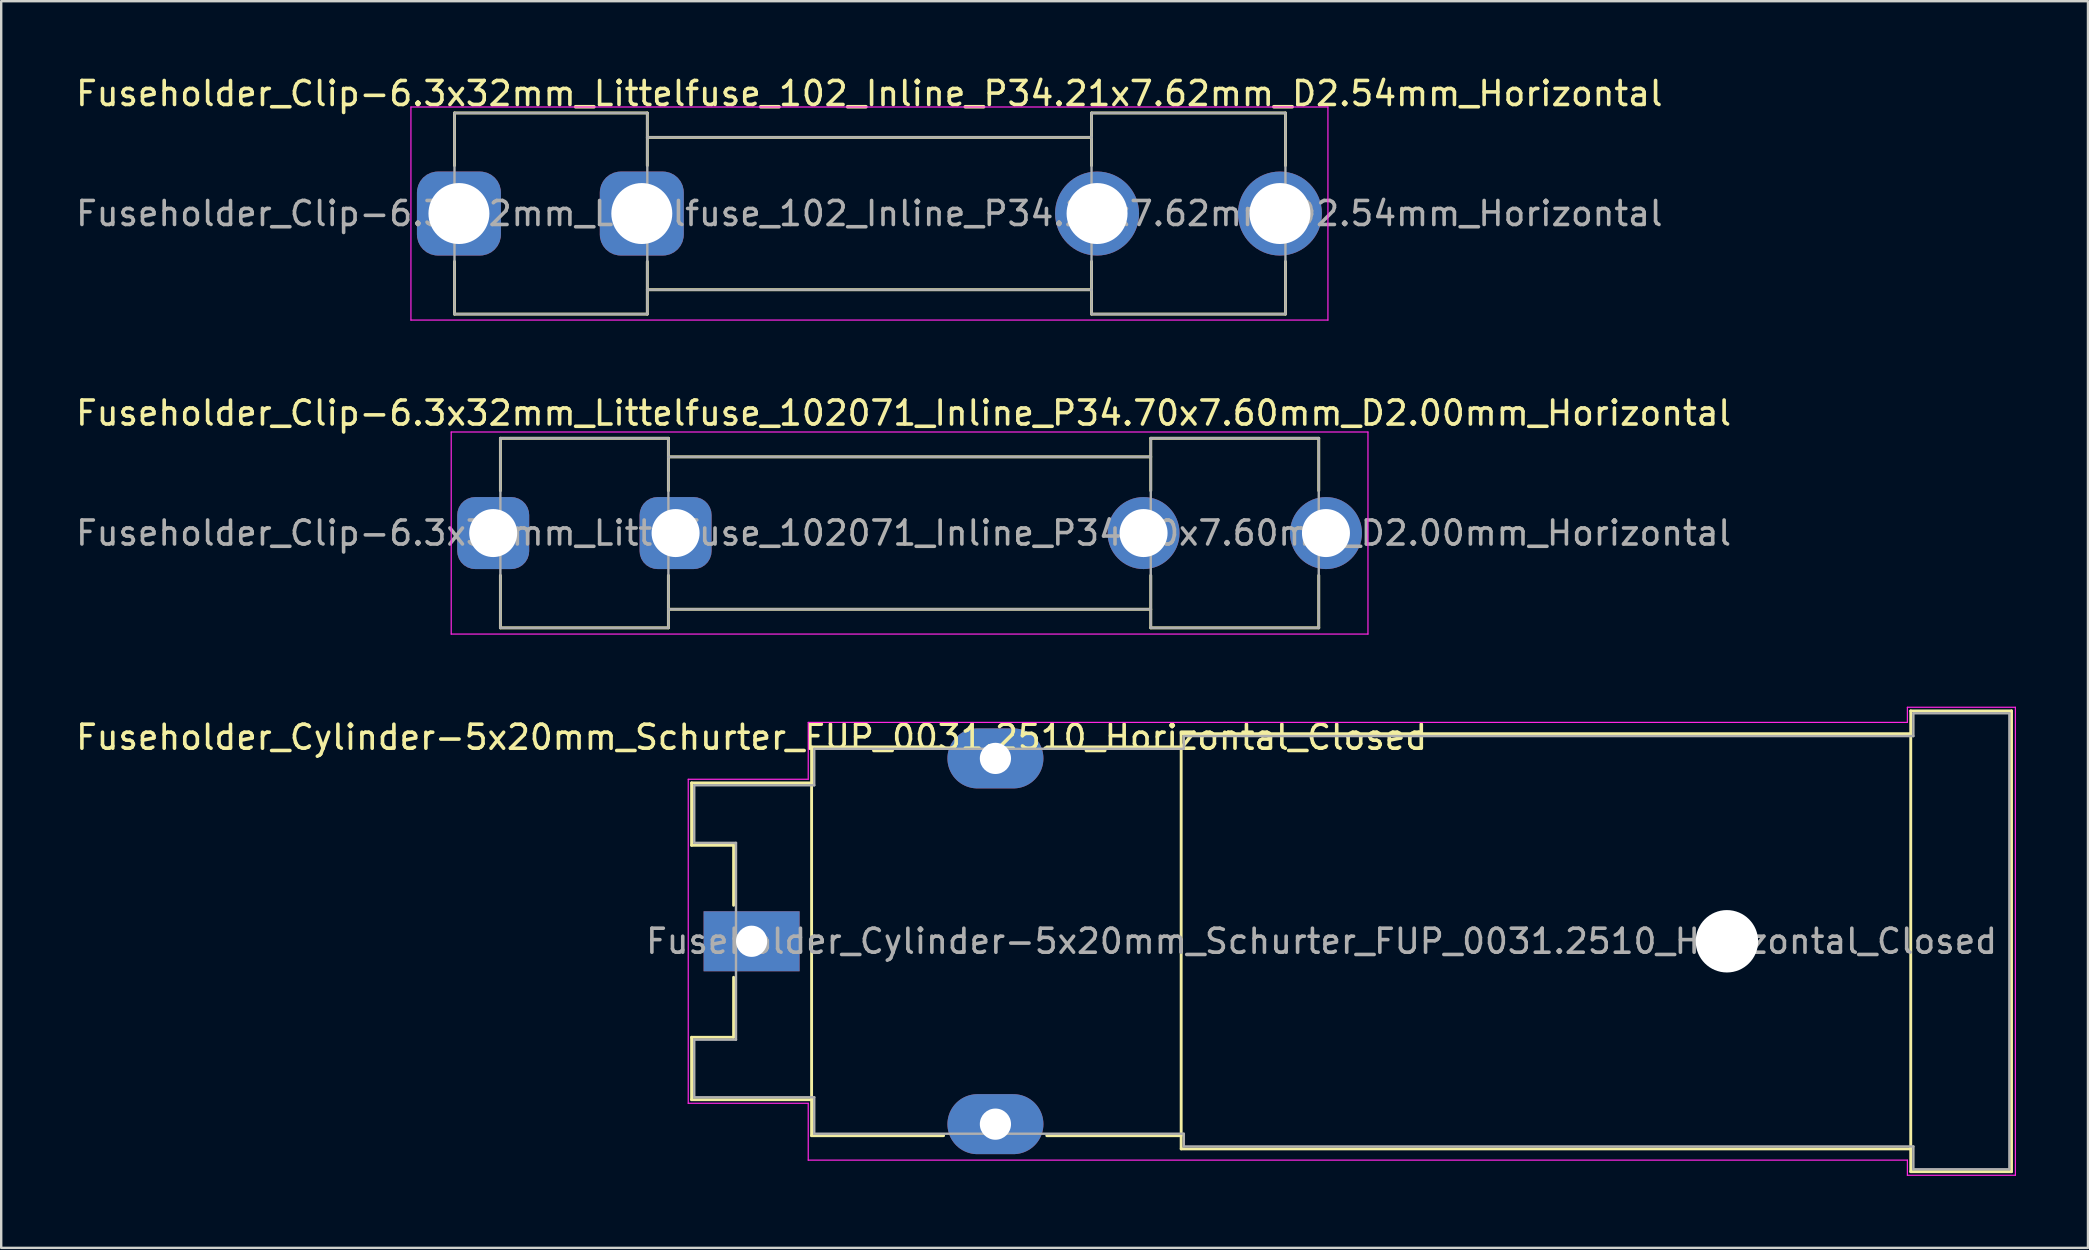
<source format=kicad_pcb>
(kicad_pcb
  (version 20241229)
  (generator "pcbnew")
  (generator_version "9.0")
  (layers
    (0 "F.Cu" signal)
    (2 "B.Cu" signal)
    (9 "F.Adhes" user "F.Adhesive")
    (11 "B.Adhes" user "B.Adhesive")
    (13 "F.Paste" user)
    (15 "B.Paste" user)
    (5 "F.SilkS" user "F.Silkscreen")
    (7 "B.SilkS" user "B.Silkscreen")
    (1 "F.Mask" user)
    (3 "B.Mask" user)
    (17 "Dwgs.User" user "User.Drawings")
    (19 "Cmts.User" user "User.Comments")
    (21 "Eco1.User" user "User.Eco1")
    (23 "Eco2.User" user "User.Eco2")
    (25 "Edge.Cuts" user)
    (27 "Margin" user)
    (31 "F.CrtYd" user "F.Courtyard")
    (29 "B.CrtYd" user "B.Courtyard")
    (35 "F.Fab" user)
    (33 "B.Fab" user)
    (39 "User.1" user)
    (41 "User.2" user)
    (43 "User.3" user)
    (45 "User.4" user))
  (footprint "Fuseholder_Cylinder-5x20mm_Schurter_FUP_0031.2510_Horizontal_Closed"
    (layer "F.Cu")
    (at 28.268 36.172)
    (property "Reference" "Fuseholder_Cylinder-5x20mm_Schurter_FUP_0031.2510_Horizontal_Closed" (at 0 -8.5 0) (layer "F.SilkS") (effects (font (size 1 1) (thickness 0.15))))
    (attr through_hole)
    (fp_line (start -2.5 -6.6) (end 2.5 -6.6) (stroke (width 0.12) (type solid)) (layer "F.SilkS"))
    (fp_line (start -2.5 -4) (end -2.5 -6.6) (stroke (width 0.12) (type solid)) (layer "F.SilkS"))
    (fp_line (start -2.5 4) (end -0.75 4) (stroke (width 0.12) (type solid)) (layer "F.SilkS"))
    (fp_line (start -2.5 6.6) (end -2.5 4) (stroke (width 0.12) (type solid)) (layer "F.SilkS"))
    (fp_line (start -2.5 6.6) (end 2.5 6.6) (stroke (width 0.12) (type solid)) (layer "F.SilkS"))
    (fp_line (start -0.75 -4) (end -2.5 -4) (stroke (width 0.12) (type solid)) (layer "F.SilkS"))
    (fp_line (start -0.75 -1.5) (end -0.75 -4) (stroke (width 0.12) (type solid)) (layer "F.SilkS"))
    (fp_line (start -0.75 4) (end -0.75 1.5) (stroke (width 0.12) (type solid)) (layer "F.SilkS"))
    (fp_line (start 2.5 -8.1) (end 8 -8.1) (stroke (width 0.12) (type solid)) (layer "F.SilkS"))
    (fp_line (start 2.5 8.1) (end 2.5 -8.1) (stroke (width 0.12) (type solid)) (layer "F.SilkS"))
    (fp_line (start 2.5 8.1) (end 8 8.1) (stroke (width 0.12) (type solid)) (layer "F.SilkS"))
    (fp_line (start 12.3 -8.1) (end 17.9 -8.1) (stroke (width 0.12) (type solid)) (layer "F.SilkS"))
    (fp_line (start 12.3 8.1) (end 17.9 8.1) (stroke (width 0.12) (type solid)) (layer "F.SilkS"))
    (fp_line (start 17.9 -8.65) (end 48.3 -8.65) (stroke (width 0.12) (type solid)) (layer "F.SilkS"))
    (fp_line (start 17.9 8.65) (end 17.9 -8.65) (stroke (width 0.12) (type solid)) (layer "F.SilkS"))
    (fp_line (start 17.9 8.65) (end 48.3 8.65) (stroke (width 0.12) (type solid)) (layer "F.SilkS"))
    (fp_line (start 48.3 -9.6) (end 52.5 -9.6) (stroke (width 0.12) (type solid)) (layer "F.SilkS"))
    (fp_line (start 48.3 9.6) (end 48.3 -9.6) (stroke (width 0.12) (type solid)) (layer "F.SilkS"))
    (fp_line (start 48.3 9.6) (end 52.5 9.6) (stroke (width 0.12) (type solid)) (layer "F.SilkS"))
    (fp_line (start 52.5 -9.6) (end 52.5 9.6) (stroke (width 0.12) (type solid)) (layer "F.SilkS"))
    (fp_line (start -2.64 -6.75) (end 2.36 -6.75) (stroke (width 0.05) (type solid)) (layer "F.CrtYd"))
    (fp_line (start -2.64 6.75) (end -2.64 -6.75) (stroke (width 0.05) (type solid)) (layer "F.CrtYd"))
    (fp_line (start -2.64 6.75) (end 2.36 6.75) (stroke (width 0.05) (type solid)) (layer "F.CrtYd"))
    (fp_line (start 2.36 -9.12) (end 2.36 -6.75) (stroke (width 0.05) (type solid)) (layer "F.CrtYd"))
    (fp_line (start 2.36 -9.12) (end 48.16 -9.12) (stroke (width 0.05) (type solid)) (layer "F.CrtYd"))
    (fp_line (start 2.36 6.75) (end 2.36 9.12) (stroke (width 0.05) (type solid)) (layer "F.CrtYd"))
    (fp_line (start 48.16 -9.75) (end 48.16 -9.12) (stroke (width 0.05) (type solid)) (layer "F.CrtYd"))
    (fp_line (start 48.16 -9.75) (end 52.66 -9.75) (stroke (width 0.05) (type solid)) (layer "F.CrtYd"))
    (fp_line (start 48.16 9.12) (end 2.36 9.12) (stroke (width 0.05) (type solid)) (layer "F.CrtYd"))
    (fp_line (start 48.16 9.12) (end 48.16 9.75) (stroke (width 0.05) (type solid)) (layer "F.CrtYd"))
    (fp_line (start 48.16 9.75) (end 52.66 9.75) (stroke (width 0.05) (type solid)) (layer "F.CrtYd"))
    (fp_line (start 52.66 -9.75) (end 52.66 9.75) (stroke (width 0.05) (type solid)) (layer "F.CrtYd"))
    (fp_line (start -2.39 -4.1) (end -2.39 -6.5) (stroke (width 0.1) (type solid)) (layer "F.Fab"))
    (fp_line (start -2.39 -4.1) (end -0.65 -4.1) (stroke (width 0.1) (type solid)) (layer "F.Fab"))
    (fp_line (start -2.39 4.1) (end -2.39 6.5) (stroke (width 0.1) (type solid)) (layer "F.Fab"))
    (fp_line (start -2.39 6.5) (end 2.61 6.5) (stroke (width 0.1) (type solid)) (layer "F.Fab"))
    (fp_line (start -0.65 -4.1) (end -0.65 4.1) (stroke (width 0.1) (type solid)) (layer "F.Fab"))
    (fp_line (start -0.65 4.1) (end -2.39 4.1) (stroke (width 0.1) (type solid)) (layer "F.Fab"))
    (fp_line (start 2.61 -8.02) (end 2.61 -6.5) (stroke (width 0.1) (type solid)) (layer "F.Fab"))
    (fp_line (start 2.61 -6.5) (end -2.39 -6.5) (stroke (width 0.1) (type solid)) (layer "F.Fab"))
    (fp_line (start 2.61 6.5) (end 2.61 8.02) (stroke (width 0.1) (type solid)) (layer "F.Fab"))
    (fp_line (start 2.61 8.02) (end 18.01 8.02) (stroke (width 0.1) (type solid)) (layer "F.Fab"))
    (fp_line (start 18.01 -8.55) (end 18.01 -8.02) (stroke (width 0.1) (type solid)) (layer "F.Fab"))
    (fp_line (start 18.01 -8.02) (end 2.61 -8.02) (stroke (width 0.1) (type solid)) (layer "F.Fab"))
    (fp_line (start 18.01 8.02) (end 18.01 8.55) (stroke (width 0.1) (type solid)) (layer "F.Fab"))
    (fp_line (start 18.01 8.55) (end 48.41 8.55) (stroke (width 0.1) (type solid)) (layer "F.Fab"))
    (fp_line (start 48.41 -9.5) (end 48.41 -8.55) (stroke (width 0.1) (type solid)) (layer "F.Fab"))
    (fp_line (start 48.41 -8.55) (end 18.01 -8.55) (stroke (width 0.1) (type solid)) (layer "F.Fab"))
    (fp_line (start 48.41 8.55) (end 48.41 9.5) (stroke (width 0.1) (type solid)) (layer "F.Fab"))
    (fp_line (start 48.41 9.5) (end 52.41 9.5) (stroke (width 0.1) (type solid)) (layer "F.Fab"))
    (fp_line (start 52.41 -9.5) (end 48.41 -9.5) (stroke (width 0.1) (type solid)) (layer "F.Fab"))
    (fp_line (start 52.41 -9.5) (end 52.41 9.5) (stroke (width 0.1) (type solid)) (layer "F.Fab"))
    (fp_text user "${REFERENCE}" (at 23.75 0 0) (layer "F.Fab") (effects (font (size 1 1) (thickness 0.15))))
    (pad "" np_thru_hole circle (at 40.64 0) (size 2.6 2.6) (drill 2.6) (layers "*.Cu" "*.Mask"))
    (pad "1" thru_hole rect (at 0 0) (size 4 2.5) (drill 1.3) (layers "*.Cu" "*.Mask"))
    (pad "2" thru_hole oval (at 10.16 -7.62) (size 4 2.5) (drill 1.3) (layers "*.Cu" "*.Mask"))
    (pad "2" thru_hole oval (at 10.16 7.62) (size 4 2.5) (drill 1.3) (layers "*.Cu" "*.Mask")))
  (footprint "Fuseholder_Clip-6.3x32mm_Littelfuse_102_Inline_P34.21x7.62mm_D2.54mm_Horizontal"
    (layer "F.Cu")
    (at 16.073 5.848)
    (property "Reference" "Fuseholder_Clip-6.3x32mm_Littelfuse_102_Inline_P34.21x7.62mm_D2.54mm_Horizontal" (at 17.1 -5 0) (layer "F.SilkS") (effects (font (size 1 1) (thickness 0.15))))
    (attr through_hole)
    (fp_line (start -0.185 -4.19) (end -0.185 -2) (stroke (width 0.12) (type solid)) (layer "F.SilkS"))
    (fp_line (start -0.185 4.19) (end -0.185 2) (stroke (width 0.12) (type solid)) (layer "F.SilkS"))
    (fp_line (start 7.85 -4.19) (end -0.185 -4.19) (stroke (width 0.12) (type solid)) (layer "F.SilkS"))
    (fp_line (start 7.85 -4.19) (end 7.85 -2) (stroke (width 0.12) (type solid)) (layer "F.SilkS"))
    (fp_line (start 7.85 4.19) (end -0.185 4.19) (stroke (width 0.12) (type solid)) (layer "F.SilkS"))
    (fp_line (start 7.85 4.19) (end 7.85 2) (stroke (width 0.12) (type solid)) (layer "F.SilkS"))
    (fp_line (start 26.36 -4.19) (end 26.36 -2) (stroke (width 0.12) (type solid)) (layer "F.SilkS"))
    (fp_line (start 26.36 -3.175) (end 7.85 -3.175) (stroke (width 0.12) (type solid)) (layer "F.SilkS"))
    (fp_line (start 26.36 3.175) (end 7.85 3.175) (stroke (width 0.12) (type solid)) (layer "F.SilkS"))
    (fp_line (start 26.36 4.19) (end 26.36 2) (stroke (width 0.12) (type solid)) (layer "F.SilkS"))
    (fp_line (start 26.36 4.19) (end 34.44 4.19) (stroke (width 0.12) (type solid)) (layer "F.SilkS"))
    (fp_line (start 34.44 -4.19) (end 26.36 -4.19) (stroke (width 0.12) (type solid)) (layer "F.SilkS"))
    (fp_line (start 34.44 -2) (end 34.44 -4.19) (stroke (width 0.12) (type solid)) (layer "F.SilkS"))
    (fp_line (start 34.44 2) (end 34.44 4.19) (stroke (width 0.12) (type solid)) (layer "F.SilkS"))
    (fp_line (start -2 -4.44) (end -2 4.44) (stroke (width 0.05) (type solid)) (layer "F.CrtYd"))
    (fp_line (start -2 -4.44) (end 36.21 -4.44) (stroke (width 0.05) (type solid)) (layer "F.CrtYd"))
    (fp_line (start 36.21 4.44) (end -2 4.44) (stroke (width 0.05) (type solid)) (layer "F.CrtYd"))
    (fp_line (start 36.21 4.44) (end 36.21 -4.44) (stroke (width 0.05) (type solid)) (layer "F.CrtYd"))
    (fp_line (start -0.185 -4.19) (end 7.85 -4.19) (stroke (width 0.1) (type solid)) (layer "F.Fab"))
    (fp_line (start -0.185 4.19) (end -0.185 -4.19) (stroke (width 0.1) (type solid)) (layer "F.Fab"))
    (fp_line (start 7.85 -4.19) (end 7.85 4.19) (stroke (width 0.1) (type solid)) (layer "F.Fab"))
    (fp_line (start 7.85 -3.175) (end 26.36 -3.175) (stroke (width 0.1) (type solid)) (layer "F.Fab"))
    (fp_line (start 7.85 4.19) (end -0.185 4.19) (stroke (width 0.1) (type solid)) (layer "F.Fab"))
    (fp_line (start 26.36 -4.19) (end 26.36 4.19) (stroke (width 0.1) (type solid)) (layer "F.Fab"))
    (fp_line (start 26.36 3.175) (end 7.85 3.175) (stroke (width 0.1) (type solid)) (layer "F.Fab"))
    (fp_line (start 26.36 4.19) (end 34.44 4.19) (stroke (width 0.1) (type solid)) (layer "F.Fab"))
    (fp_line (start 34.44 -4.19) (end 26.36 -4.19) (stroke (width 0.1) (type solid)) (layer "F.Fab"))
    (fp_line (start 34.44 4.19) (end 34.44 -4.19) (stroke (width 0.1) (type solid)) (layer "F.Fab"))
    (fp_text user "${REFERENCE}" (at 17.1 0 0) (layer "F.Fab") (effects (font (size 1 1) (thickness 0.15))))
    (pad "1" thru_hole roundrect (at 0 0) (size 3.5 3.5) (drill 2.54) (layers "*.Cu" "*.Mask") (roundrect_rratio 0.25))
    (pad "1" thru_hole roundrect (at 7.62 0) (size 3.5 3.5) (drill 2.54) (layers "*.Cu" "*.Mask") (roundrect_rratio 0.25))
    (pad "2" thru_hole circle (at 26.59 0) (size 3.5 3.5) (drill 2.54) (layers "*.Cu" "*.Mask"))
    (pad "2" thru_hole circle (at 34.21 0) (size 3.5 3.5) (drill 2.54) (layers "*.Cu" "*.Mask")))
  (footprint "Fuseholder_Clip-6.3x32mm_Littelfuse_102071_Inline_P34.70x7.60mm_D2.00mm_Horizontal"
    (layer "F.Cu")
    (at 17.501 19.162)
    (property "Reference" "Fuseholder_Clip-6.3x32mm_Littelfuse_102071_Inline_P34.70x7.60mm_D2.00mm_Horizontal" (at 17.1 -5 0) (layer "F.SilkS") (effects (font (size 1 1) (thickness 0.15))))
    (attr through_hole)
    (fp_line (start 0.3 -3.95) (end 0.3 -1.765) (stroke (width 0.12) (type solid)) (layer "F.SilkS"))
    (fp_line (start 0.3 3.95) (end 0.3 1.765) (stroke (width 0.12) (type solid)) (layer "F.SilkS"))
    (fp_line (start 7.3 -3.95) (end 0.3 -3.95) (stroke (width 0.12) (type solid)) (layer "F.SilkS"))
    (fp_line (start 7.3 -3.95) (end 7.3 -1.765) (stroke (width 0.12) (type solid)) (layer "F.SilkS"))
    (fp_line (start 7.3 3.95) (end 0.3 3.95) (stroke (width 0.12) (type solid)) (layer "F.SilkS"))
    (fp_line (start 7.3 3.95) (end 7.3 1.765) (stroke (width 0.12) (type solid)) (layer "F.SilkS"))
    (fp_line (start 27.4 -3.95) (end 27.4 -1.765) (stroke (width 0.12) (type solid)) (layer "F.SilkS"))
    (fp_line (start 27.4 -3.175) (end 7.3 -3.175) (stroke (width 0.12) (type solid)) (layer "F.SilkS"))
    (fp_line (start 27.4 3.175) (end 7.3 3.175) (stroke (width 0.12) (type solid)) (layer "F.SilkS"))
    (fp_line (start 27.4 3.95) (end 27.4 1.765) (stroke (width 0.12) (type solid)) (layer "F.SilkS"))
    (fp_line (start 27.4 3.95) (end 34.4 3.95) (stroke (width 0.12) (type solid)) (layer "F.SilkS"))
    (fp_line (start 34.4 -3.95) (end 27.4 -3.95) (stroke (width 0.12) (type solid)) (layer "F.SilkS"))
    (fp_line (start 34.4 -1.765) (end 34.4 -3.95) (stroke (width 0.12) (type solid)) (layer "F.SilkS"))
    (fp_line (start 34.4 1.765) (end 34.4 3.95) (stroke (width 0.12) (type solid)) (layer "F.SilkS"))
    (fp_line (start -1.75 -4.21) (end -1.75 4.21) (stroke (width 0.05) (type solid)) (layer "F.CrtYd"))
    (fp_line (start -1.75 -4.21) (end 36.45 -4.21) (stroke (width 0.05) (type solid)) (layer "F.CrtYd"))
    (fp_line (start 36.45 4.21) (end -1.75 4.21) (stroke (width 0.05) (type solid)) (layer "F.CrtYd"))
    (fp_line (start 36.45 4.21) (end 36.45 -4.21) (stroke (width 0.05) (type solid)) (layer "F.CrtYd"))
    (fp_line (start 0.3 -3.95) (end 7.3 -3.95) (stroke (width 0.1) (type solid)) (layer "F.Fab"))
    (fp_line (start 0.3 3.95) (end 0.3 -3.95) (stroke (width 0.1) (type solid)) (layer "F.Fab"))
    (fp_line (start 7.3 -3.95) (end 7.3 3.95) (stroke (width 0.1) (type solid)) (layer "F.Fab"))
    (fp_line (start 7.3 -3.175) (end 27.4 -3.175) (stroke (width 0.1) (type solid)) (layer "F.Fab"))
    (fp_line (start 7.3 3.95) (end 0.3 3.95) (stroke (width 0.1) (type solid)) (layer "F.Fab"))
    (fp_line (start 27.4 -3.95) (end 27.4 3.95) (stroke (width 0.1) (type solid)) (layer "F.Fab"))
    (fp_line (start 27.4 3.175) (end 7.3 3.175) (stroke (width 0.1) (type solid)) (layer "F.Fab"))
    (fp_line (start 27.4 3.95) (end 34.4 3.95) (stroke (width 0.1) (type solid)) (layer "F.Fab"))
    (fp_line (start 34.4 -3.95) (end 27.4 -3.95) (stroke (width 0.1) (type solid)) (layer "F.Fab"))
    (fp_line (start 34.4 3.95) (end 34.4 -3.95) (stroke (width 0.1) (type solid)) (layer "F.Fab"))
    (fp_text user "${REFERENCE}" (at 17.1 0 0) (layer "F.Fab") (effects (font (size 1 1) (thickness 0.15))))
    (pad "1" thru_hole roundrect (at 0 0) (size 3 3) (drill 2) (layers "*.Cu" "*.Mask") (roundrect_rratio 0.25))
    (pad "1" thru_hole roundrect (at 7.6 0) (size 3 3) (drill 2) (layers "*.Cu" "*.Mask") (roundrect_rratio 0.25))
    (pad "2" thru_hole circle (at 27.1 0) (size 3 3) (drill 2) (layers "*.Cu" "*.Mask"))
    (pad "2" thru_hole circle (at 34.7 0) (size 3 3) (drill 2) (layers "*.Cu" "*.Mask")))
  (gr_rect
    (start -3 -3)
    (end 83.953 48.947)
    (stroke (width 0.1) (type default))
    (fill no)
    (layer "Edge.Cuts")))
</source>
